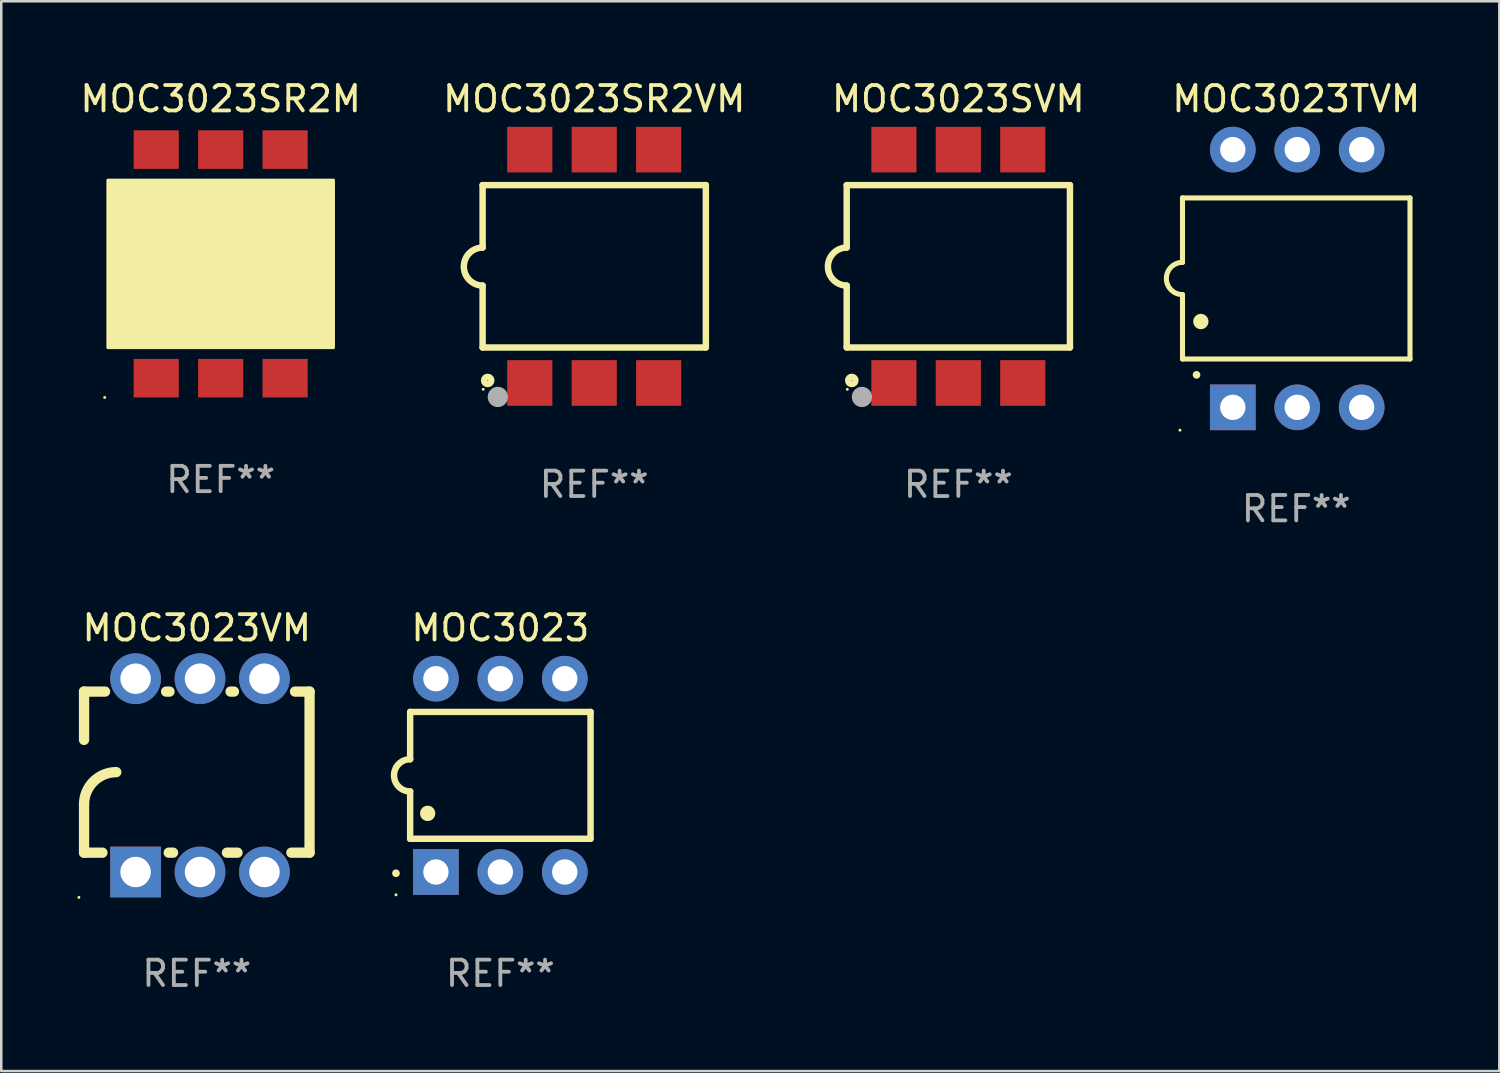
<source format=kicad_pcb>
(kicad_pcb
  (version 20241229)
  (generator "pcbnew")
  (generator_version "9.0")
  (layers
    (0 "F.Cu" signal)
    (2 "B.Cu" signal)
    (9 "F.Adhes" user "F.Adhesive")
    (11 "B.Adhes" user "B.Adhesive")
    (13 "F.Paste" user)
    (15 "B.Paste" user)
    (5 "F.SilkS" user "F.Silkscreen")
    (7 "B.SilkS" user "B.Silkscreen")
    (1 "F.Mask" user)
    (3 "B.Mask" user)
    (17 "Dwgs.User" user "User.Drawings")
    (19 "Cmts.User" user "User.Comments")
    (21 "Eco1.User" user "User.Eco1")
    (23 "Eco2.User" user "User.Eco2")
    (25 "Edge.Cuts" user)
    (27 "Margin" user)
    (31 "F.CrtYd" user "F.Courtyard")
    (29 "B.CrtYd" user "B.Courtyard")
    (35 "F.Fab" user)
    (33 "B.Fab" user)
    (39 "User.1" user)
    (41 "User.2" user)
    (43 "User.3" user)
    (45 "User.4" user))
  (footprint "MOC3023SVM"
    (layer "F.Cu")
    (at 34.728 7.448)
    (property "Reference" "MOC3023SVM" (at 0 -6.6 0) (layer "F.SilkS") (effects (font (size 1 1) (thickness 0.15))))
    (attr through_hole)
    (fp_line (start -4.4 -3.2) (end 4.4 -3.2) (stroke (width 0.254) (type solid)) (layer "F.SilkS"))
    (fp_line (start -4.4 -0.74) (end -4.4 -3.2) (stroke (width 0.254) (type solid)) (layer "F.SilkS"))
    (fp_line (start -4.4 3.2) (end -4.4 0.76) (stroke (width 0.254) (type solid)) (layer "F.SilkS"))
    (fp_line (start 4.4 -3.2) (end 4.4 3.2) (stroke (width 0.254) (type solid)) (layer "F.SilkS"))
    (fp_line (start 4.4 3.2) (end -4.4 3.2) (stroke (width 0.254) (type solid)) (layer "F.SilkS"))
    (fp_arc (start -4.4 0.76002) (mid -5.148869 0.010084) (end -4.399289 -0.73914) (stroke (width 0.254001) (type solid)) (layer "F.SilkS"))
    (fp_circle (center -4.377 4.85) (end -4.347 4.85) (stroke (width 0.06) (type solid)) (fill no) (layer "F.SilkS"))
    (fp_circle (center -4.2 4.5) (end -4.058 4.5) (stroke (width 0.254) (type solid)) (fill no) (layer "F.SilkS"))
    (fp_circle (center -3.8 5.15) (end -3.6 5.15) (stroke (width 0.4) (type solid)) (fill no) (layer "F.Fab"))
    (fp_text user "REF**" (at 0 8.6 0) (layer "F.Fab") (effects (font (size 1 1) (thickness 0.15))))
    (pad "1" smd rect (at -2.54 4.6) (size 1.78 1.8) (layers "F.Cu" "F.Mask" "F.Paste"))
    (pad "2" smd rect (at 0 4.6) (size 1.78 1.8) (layers "F.Cu" "F.Mask" "F.Paste"))
    (pad "3" smd rect (at 2.54 4.6) (size 1.78 1.8) (layers "F.Cu" "F.Mask" "F.Paste"))
    (pad "4" smd rect (at 2.54 -4.6) (size 1.78 1.8) (layers "F.Cu" "F.Mask" "F.Paste"))
    (pad "5" smd rect (at 0 -4.6) (size 1.78 1.8) (layers "F.Cu" "F.Mask" "F.Paste"))
    (pad "6" smd rect (at -2.54 -4.6) (size 1.78 1.8) (layers "F.Cu" "F.Mask" "F.Paste")))
  (footprint "MOC3023SR2VM"
    (layer "F.Cu")
    (at 20.375 7.448)
    (property "Reference" "MOC3023SR2VM" (at 0 -6.6 0) (layer "F.SilkS") (effects (font (size 1 1) (thickness 0.15))))
    (attr through_hole)
    (fp_line (start -4.4 -3.2) (end 4.4 -3.2) (stroke (width 0.254) (type solid)) (layer "F.SilkS"))
    (fp_line (start -4.4 -0.74) (end -4.4 -3.2) (stroke (width 0.254) (type solid)) (layer "F.SilkS"))
    (fp_line (start -4.4 3.2) (end -4.4 0.76) (stroke (width 0.254) (type solid)) (layer "F.SilkS"))
    (fp_line (start 4.4 -3.2) (end 4.4 3.2) (stroke (width 0.254) (type solid)) (layer "F.SilkS"))
    (fp_line (start 4.4 3.2) (end -4.4 3.2) (stroke (width 0.254) (type solid)) (layer "F.SilkS"))
    (fp_arc (start -4.4 0.76002) (mid -5.148869 0.010084) (end -4.399289 -0.73914) (stroke (width 0.254001) (type solid)) (layer "F.SilkS"))
    (fp_circle (center -4.377 4.85) (end -4.347 4.85) (stroke (width 0.06) (type solid)) (fill no) (layer "F.SilkS"))
    (fp_circle (center -4.2 4.5) (end -4.058 4.5) (stroke (width 0.254) (type solid)) (fill no) (layer "F.SilkS"))
    (fp_circle (center -3.8 5.15) (end -3.6 5.15) (stroke (width 0.4) (type solid)) (fill no) (layer "F.Fab"))
    (fp_text user "REF**" (at 0 8.6 0) (layer "F.Fab") (effects (font (size 1 1) (thickness 0.15))))
    (pad "1" smd rect (at -2.54 4.6) (size 1.78 1.8) (layers "F.Cu" "F.Mask" "F.Paste"))
    (pad "2" smd rect (at 0 4.6) (size 1.78 1.8) (layers "F.Cu" "F.Mask" "F.Paste"))
    (pad "3" smd rect (at 2.54 4.6) (size 1.78 1.8) (layers "F.Cu" "F.Mask" "F.Paste"))
    (pad "4" smd rect (at 2.54 -4.6) (size 1.78 1.8) (layers "F.Cu" "F.Mask" "F.Paste"))
    (pad "5" smd rect (at 0 -4.6) (size 1.78 1.8) (layers "F.Cu" "F.Mask" "F.Paste"))
    (pad "6" smd rect (at -2.54 -4.6) (size 1.78 1.8) (layers "F.Cu" "F.Mask" "F.Paste")))
  (footprint "MOC3023"
    (layer "F.Cu")
    (at 16.674 27.515)
    (property "Reference" "MOC3023" (at 0 -5.81 0) (layer "F.SilkS") (effects (font (size 1 1) (thickness 0.15))))
    (attr through_hole)
    (fp_line (start -3.556 -2.5) (end 3.556 -2.5) (stroke (width 0.254) (type solid)) (layer "F.SilkS"))
    (fp_line (start -3.556 -0.635) (end -3.556 -2.5) (stroke (width 0.254) (type solid)) (layer "F.SilkS"))
    (fp_line (start -3.556 0.635) (end -3.556 2.5) (stroke (width 0.254) (type solid)) (layer "F.SilkS"))
    (fp_line (start -3.556 2.5) (end 3.556 2.5) (stroke (width 0.254) (type solid)) (layer "F.SilkS"))
    (fp_line (start 3.556 -2.5) (end 3.556 2.5) (stroke (width 0.254) (type solid)) (layer "F.SilkS"))
    (fp_arc (start -4.114808 3.860808) (mid -4.114813 3.859538) (end -4.114808 3.858268) (stroke (width 0.3) (type solid)) (layer "F.SilkS"))
    (fp_arc (start -3.556007 0.635001) (mid -4.191008 0) (end -3.556007 -0.635001) (stroke (width 0.254001) (type solid)) (layer "F.SilkS"))
    (fp_arc (start -2.865405 1.501143) (mid -2.865416 1.498603) (end -2.865405 1.496063) (stroke (width 0.6) (type solid)) (layer "F.SilkS"))
    (fp_circle (center -4.115 4.71) (end -4.085 4.71) (stroke (width 0.06) (type solid)) (fill no) (layer "F.SilkS"))
    (fp_text user "REF**" (at 0 7.81 0) (layer "F.Fab") (effects (font (size 1 1) (thickness 0.15))))
    (pad "1" thru_hole rect (at -2.54 3.81 90) (size 1.8 1.8) (drill 1) (layers "*.Cu" "*.Mask"))
    (pad "2" thru_hole circle (at 0 3.81) (size 1.8 1.8) (drill 1) (layers "*.Cu" "*.Mask"))
    (pad "3" thru_hole circle (at 2.54 3.81) (size 1.8 1.8) (drill 1) (layers "*.Cu" "*.Mask"))
    (pad "4" thru_hole circle (at 2.54 -3.81) (size 1.8 1.8) (drill 1) (layers "*.Cu" "*.Mask"))
    (pad "5" thru_hole circle (at 0 -3.81) (size 1.8 1.8) (drill 1) (layers "*.Cu" "*.Mask"))
    (pad "6" thru_hole circle (at -2.54 -3.81) (size 1.8 1.8) (drill 1) (layers "*.Cu" "*.Mask")))
  (footprint "MOC3023SR2M"
    (layer "F.Cu")
    (at 5.649 7.353)
    (property "Reference" "MOC3023SR2M" (at 0 -6.505 0) (layer "F.SilkS") (effects (font (size 1 1) (thickness 0.15))))
    (attr through_hole)
    (fp_circle (center -4.572 5.265) (end -4.542 5.265) (stroke (width 0.06) (type solid)) (fill no) (layer "F.SilkS"))
    (fp_circle (center -3.302 2.126) (end -2.943 2.126) (stroke (width 0.254) (type solid)) (fill no) (layer "F.SilkS"))
    (fp_poly (pts (xy -4.445 -3.3) (xy 4.445 -3.3) (xy 4.445 3.3) (xy -4.445 3.3)) (stroke (width 0.12) (type solid)) (fill yes) (layer "F.SilkS"))
    (fp_text user "REF**" (at 0 8.505 0) (layer "F.Fab") (effects (font (size 1 1) (thickness 0.15))))
    (pad "1" smd rect (at -2.54 4.505) (size 1.78 1.52) (layers "F.Cu" "F.Mask" "F.Paste"))
    (pad "2" smd rect (at 0 4.505) (size 1.78 1.52) (layers "F.Cu" "F.Mask" "F.Paste"))
    (pad "3" smd rect (at 2.54 4.505) (size 1.78 1.52) (layers "F.Cu" "F.Mask" "F.Paste"))
    (pad "4" smd rect (at 2.54 -4.505) (size 1.78 1.52) (layers "F.Cu" "F.Mask" "F.Paste"))
    (pad "5" smd rect (at 0 -4.505) (size 1.78 1.52) (layers "F.Cu" "F.Mask" "F.Paste"))
    (pad "6" smd rect (at -2.54 -4.505) (size 1.78 1.52) (layers "F.Cu" "F.Mask" "F.Paste")))
  (footprint "MOC3023VM"
    (layer "F.Cu")
    (at 4.708 27.515)
    (property "Reference" "MOC3023VM" (at 0 -5.81 0) (layer "F.SilkS") (effects (font (size 1 1) (thickness 0.15))))
    (attr through_hole)
    (fp_line (start -4.445 -1.397) (end -4.445 -3.302) (stroke (width 0.406) (type solid)) (layer "F.SilkS"))
    (fp_line (start -4.445 3.048) (end -4.445 1.143) (stroke (width 0.406) (type solid)) (layer "F.SilkS"))
    (fp_line (start -4.445 3.048) (end -3.72 3.048) (stroke (width 0.406) (type solid)) (layer "F.SilkS"))
    (fp_line (start -3.617 -3.302) (end -4.445 -3.302) (stroke (width 0.406) (type solid)) (layer "F.SilkS"))
    (fp_line (start -1.106 3.048) (end -0.935 3.048) (stroke (width 0.406) (type solid)) (layer "F.SilkS"))
    (fp_line (start -1.077 -3.302) (end -1.209 -3.302) (stroke (width 0.406) (type solid)) (layer "F.SilkS"))
    (fp_line (start 1.189 3.048) (end 1.605 3.048) (stroke (width 0.406) (type solid)) (layer "F.SilkS"))
    (fp_line (start 1.463 -3.302) (end 1.331 -3.302) (stroke (width 0.406) (type solid)) (layer "F.SilkS"))
    (fp_line (start 3.729 3.048) (end 4.445 3.048) (stroke (width 0.406) (type solid)) (layer "F.SilkS"))
    (fp_line (start 4.445 -3.302) (end 3.871 -3.302) (stroke (width 0.406) (type solid)) (layer "F.SilkS"))
    (fp_line (start 4.445 -3.302) (end 4.445 3.048) (stroke (width 0.406) (type solid)) (layer "F.SilkS"))
    (fp_arc (start -4.444983 1.143002) (mid -4.073008 0.244974) (end -3.17498 -0.127) (stroke (width 0.4064) (type solid)) (layer "F.SilkS"))
    (fp_circle (center -4.648 4.81) (end -4.618 4.81) (stroke (width 0.06) (type solid)) (fill no) (layer "F.SilkS"))
    (fp_text user "REF**" (at 0 7.81 0) (layer "F.Fab") (effects (font (size 1 1) (thickness 0.15))))
    (pad "1" thru_hole rect (at -2.413 3.81 90) (size 2 2) (drill 1.2) (layers "*.Cu" "*.Mask"))
    (pad "2" thru_hole circle (at 0.127 3.81) (size 2 2) (drill 1.2) (layers "*.Cu" "*.Mask"))
    (pad "3" thru_hole circle (at 2.667 3.81) (size 2 2) (drill 1.2) (layers "*.Cu" "*.Mask"))
    (pad "4" thru_hole circle (at 2.667 -3.81) (size 2 2) (drill 1.2) (layers "*.Cu" "*.Mask"))
    (pad "5" thru_hole circle (at 0.127 -3.81) (size 2 2) (drill 1.2) (layers "*.Cu" "*.Mask"))
    (pad "6" thru_hole circle (at -2.413 -3.81) (size 2 2) (drill 1.2) (layers "*.Cu" "*.Mask")))
  (footprint "MOC3023TVM"
    (layer "F.Cu")
    (at 48.049 7.928)
    (property "Reference" "MOC3023TVM" (at 0 -7.08 0) (layer "F.SilkS") (effects (font (size 1 1) (thickness 0.15))))
    (attr through_hole)
    (fp_line (start -4.484 -3.175) (end 4.484 -3.175) (stroke (width 0.2) (type solid)) (layer "F.SilkS"))
    (fp_line (start -4.484 -0.635) (end -4.484 -3.175) (stroke (width 0.2) (type solid)) (layer "F.SilkS"))
    (fp_line (start -4.484 0.635) (end -4.484 3.175) (stroke (width 0.2) (type solid)) (layer "F.SilkS"))
    (fp_line (start -4.484 3.175) (end 4.484 3.175) (stroke (width 0.2) (type solid)) (layer "F.SilkS"))
    (fp_line (start 4.484 -3.175) (end 4.484 3.175) (stroke (width 0.2) (type solid)) (layer "F.SilkS"))
    (fp_arc (start -4.484379 0.635001) (mid -5.11938 0) (end -4.484379 -0.635001) (stroke (width 0.2) (type solid)) (layer "F.SilkS"))
    (fp_arc (start -3.930658 3.799848) (mid -3.930663 3.798578) (end -3.930658 3.797308) (stroke (width 0.3) (type solid)) (layer "F.SilkS"))
    (fp_arc (start -3.760478 1.699263) (mid -3.760489 1.696723) (end -3.760478 1.694183) (stroke (width 0.6) (type solid)) (layer "F.SilkS"))
    (fp_circle (center -4.584 5.98) (end -4.554 5.98) (stroke (width 0.06) (type solid)) (fill no) (layer "F.SilkS"))
    (fp_text user "REF**" (at 0 9.08 0) (layer "F.Fab") (effects (font (size 1 1) (thickness 0.15))))
    (pad "1" thru_hole rect (at -2.501 5.08 90) (size 1.8 1.8) (drill 1) (layers "*.Cu" "*.Mask"))
    (pad "2" thru_hole circle (at 0.039 5.08) (size 1.8 1.8) (drill 1) (layers "*.Cu" "*.Mask"))
    (pad "3" thru_hole circle (at 2.579 5.08) (size 1.8 1.8) (drill 1) (layers "*.Cu" "*.Mask"))
    (pad "4" thru_hole circle (at 2.579 -5.08) (size 1.8 1.8) (drill 1) (layers "*.Cu" "*.Mask"))
    (pad "5" thru_hole circle (at 0.039 -5.08) (size 1.8 1.8) (drill 1) (layers "*.Cu" "*.Mask"))
    (pad "6" thru_hole circle (at -2.501 -5.08) (size 1.8 1.8) (drill 1) (layers "*.Cu" "*.Mask")))
  (gr_rect
    (start -3 -3)
    (end 56.055 39.173)
    (stroke (width 0.1) (type default))
    (fill no)
    (layer "Edge.Cuts")))
</source>
